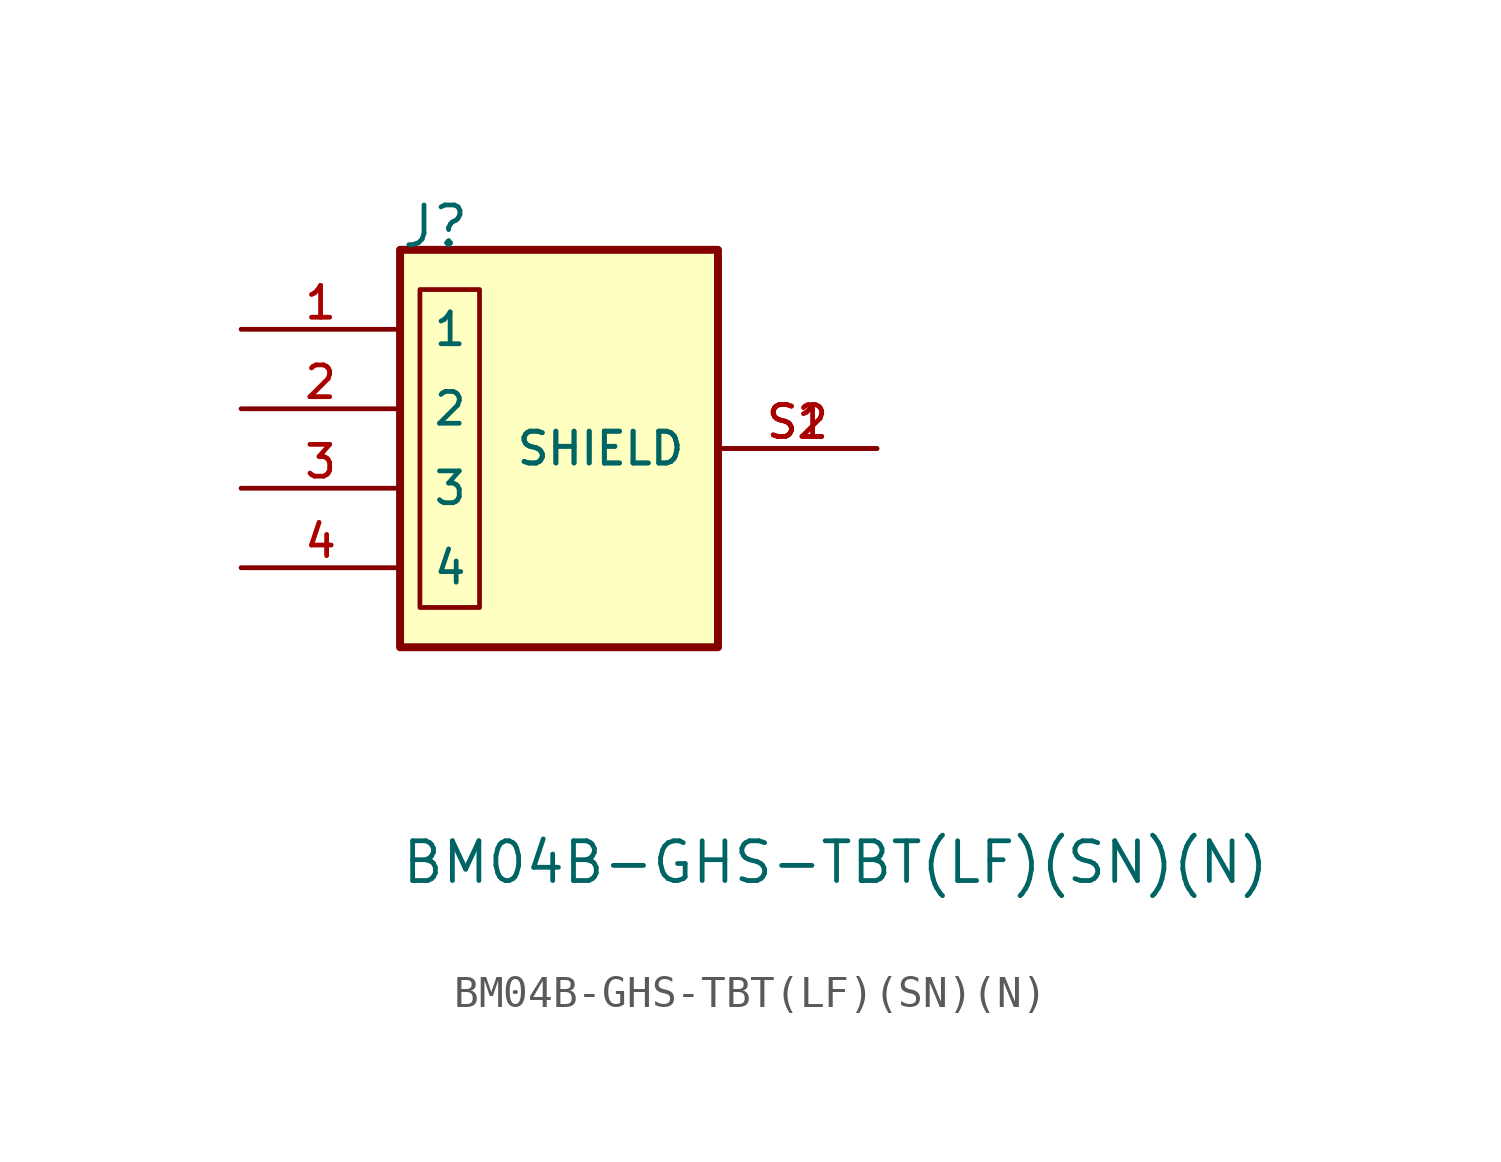
<source format=kicad_sym>
(kicad_symbol_lib
  (version 20211014)
  (generator kicad_symbol_editor)
  (symbol "BM04B-GHS-TBT(LF)(SN)(N)"
    (pin_names
      (offset 1.016))
    (property "Reference" "J"
      (at -5.08 7.62 0)
      (effects (font (size 1.27 1.27)) (justify left bottom)))
    (property "Value" "BM04B-GHS-TBT(LF)(SN)(N)"
      (at -5.08 -12.7 0)
      (effects (font (size 1.27 1.27)) (justify left bottom)))
    (property "ki_locked" ""
      (at 0 0 0)
      (effects (font (size 1.27 1.27))))
    (symbol "BM04B-GHS-TBT(LF)(SN)(N)_0_0"
      (rectangle (start -5.08 7.62) (end 5.08 -5.08) (stroke (width 0.254) (type default) (color 0 0 0 0)) (fill (type background)))
      (pin passive line (at -10.16 5.08 0) (length 5.08) (name "1" (effects (font (size 1.016 1.016)))) (number "1" (effects (font (size 1.016 1.016)))))
      (pin passive line (at -10.16 2.54 0) (length 5.08) (name "2" (effects (font (size 1.016 1.016)))) (number "2" (effects (font (size 1.016 1.016)))))
      (pin passive line (at -10.16 0 0) (length 5.08) (name "3" (effects (font (size 1.016 1.016)))) (number "3" (effects (font (size 1.016 1.016)))))
      (pin passive line (at -10.16 -2.54 0) (length 5.08) (name "4" (effects (font (size 1.016 1.016)))) (number "4" (effects (font (size 1.016 1.016)))))
      (pin passive line (at 10.16 1.27 180) (length 5.08) (name "SHIELD" (effects (font (size 1.016 1.016)))) (number "S1" (effects (font (size 1.016 1.016)))))
      (pin passive line (at 10.16 1.27 180) (length 5.08) (name "SHIELD" (effects (font (size 1.016 1.016)))) (number "S2" (effects (font (size 1.016 1.016))))))
    (symbol "BM04B-GHS-TBT(LF)(SN)(N)_1_1"
      (rectangle (start -4.445 6.35) (end -2.54 -3.81) (stroke (width 0.152) (type default) (color 0 0 0 0)) (fill (type none))))))
</source>
